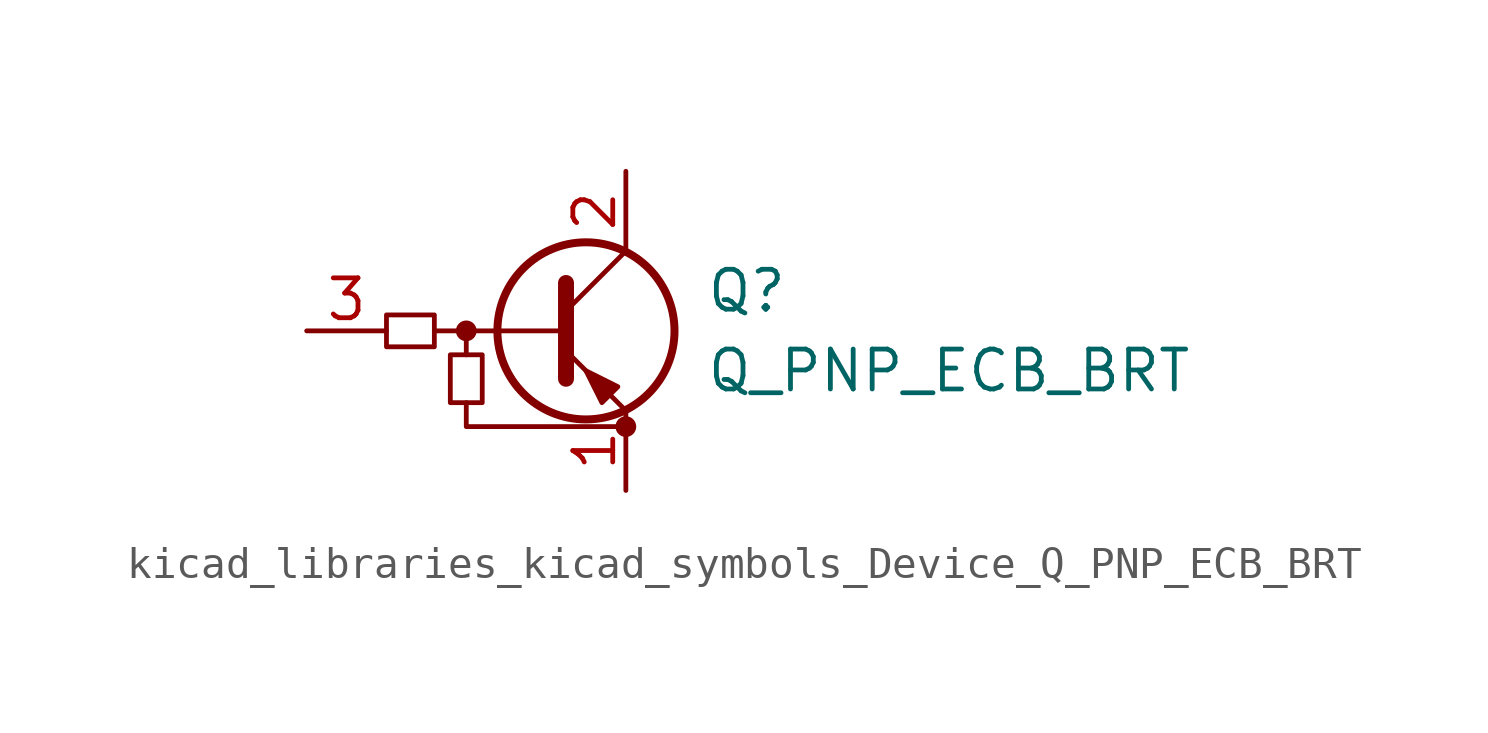
<source format=kicad_sym>
(kicad_symbol_lib
  (version 20220914)
  (generator kicad_symbol_editor)
  (symbol "kicad_libraries_kicad_symbols_Device_Q_PNP_ECB_BRT"
    (pin_names hide)
    (property "Reference" "Q"
      (at 3.81 1.27 0)
      (effects (font (size 1.27 1.27)) (justify left)))
    (property "Value" "Q_PNP_ECB_BRT"
      (at 3.81 -1.27 0)
      (effects (font (size 1.27 1.27)) (justify left)))
    (symbol "kicad_libraries_kicad_symbols_Device_Q_PNP_ECB_BRT_0_1"
      (rectangle (start -6.35 0.508) (end -4.826 -0.508) (stroke (width 0) (type default)) (fill (type none)))
      (rectangle (start -4.318 -2.286) (end -3.302 -0.762) (stroke (width 0) (type default)) (fill (type none)))
      (circle (center -3.81 0) (radius 0.254) (stroke (width 0) (type default)) (fill (type outline)))
      (polyline (pts (xy -3.81 -0.762) (xy -3.81 0)) (stroke (width 0) (type default)) (fill (type none)))
      (polyline (pts (xy -0.762 0) (xy -4.826 0)) (stroke (width 0) (type default)) (fill (type none)))
      (polyline (pts (xy -0.635 1.524) (xy -0.635 -1.524)) (stroke (width 0.508) (type default)) (fill (type none)))
      (polyline (pts (xy -3.81 -2.286) (xy -3.81 -3.048) (xy 1.27 -3.048)) (stroke (width 0) (type default)) (fill (type none)))
      (polyline (pts (xy 1.016 -1.778) (xy 0.508 -2.286) (xy 0 -1.27) (xy 1.016 -1.778) (xy 1.016 -1.778)) (stroke (width 0) (type default)) (fill (type outline)))
      (circle (center 1.27 -3.048) (radius 0.254) (stroke (width 0) (type default)) (fill (type outline))))
    (symbol "kicad_libraries_kicad_symbols_Device_Q_PNP_ECB_BRT_1_1"
      (polyline (pts (xy -0.635 0.635) (xy 1.27 2.54)) (stroke (width 0) (type default)) (fill (type none)))
      (polyline (pts (xy -0.635 -0.635) (xy 1.27 -2.54) (xy 1.27 -2.54)) (stroke (width 0) (type default)) (fill (type none)))
      (circle (center 0 0) (radius 2.819) (stroke (width 0.254) (type default)) (fill (type none)))
      (pin passive line (at 1.27 -5.08 90) (length 2.54) (name "E" (effects (font (size 1.27 1.27)))) (number "1" (effects (font (size 1.27 1.27)))))
      (pin passive line (at 1.27 5.08 270) (length 2.54) (name "C" (effects (font (size 1.27 1.27)))) (number "2" (effects (font (size 1.27 1.27)))))
      (pin input line (at -8.89 0 0) (length 2.54) (name "B" (effects (font (size 1.27 1.27)))) (number "3" (effects (font (size 1.27 1.27))))))))
</source>
